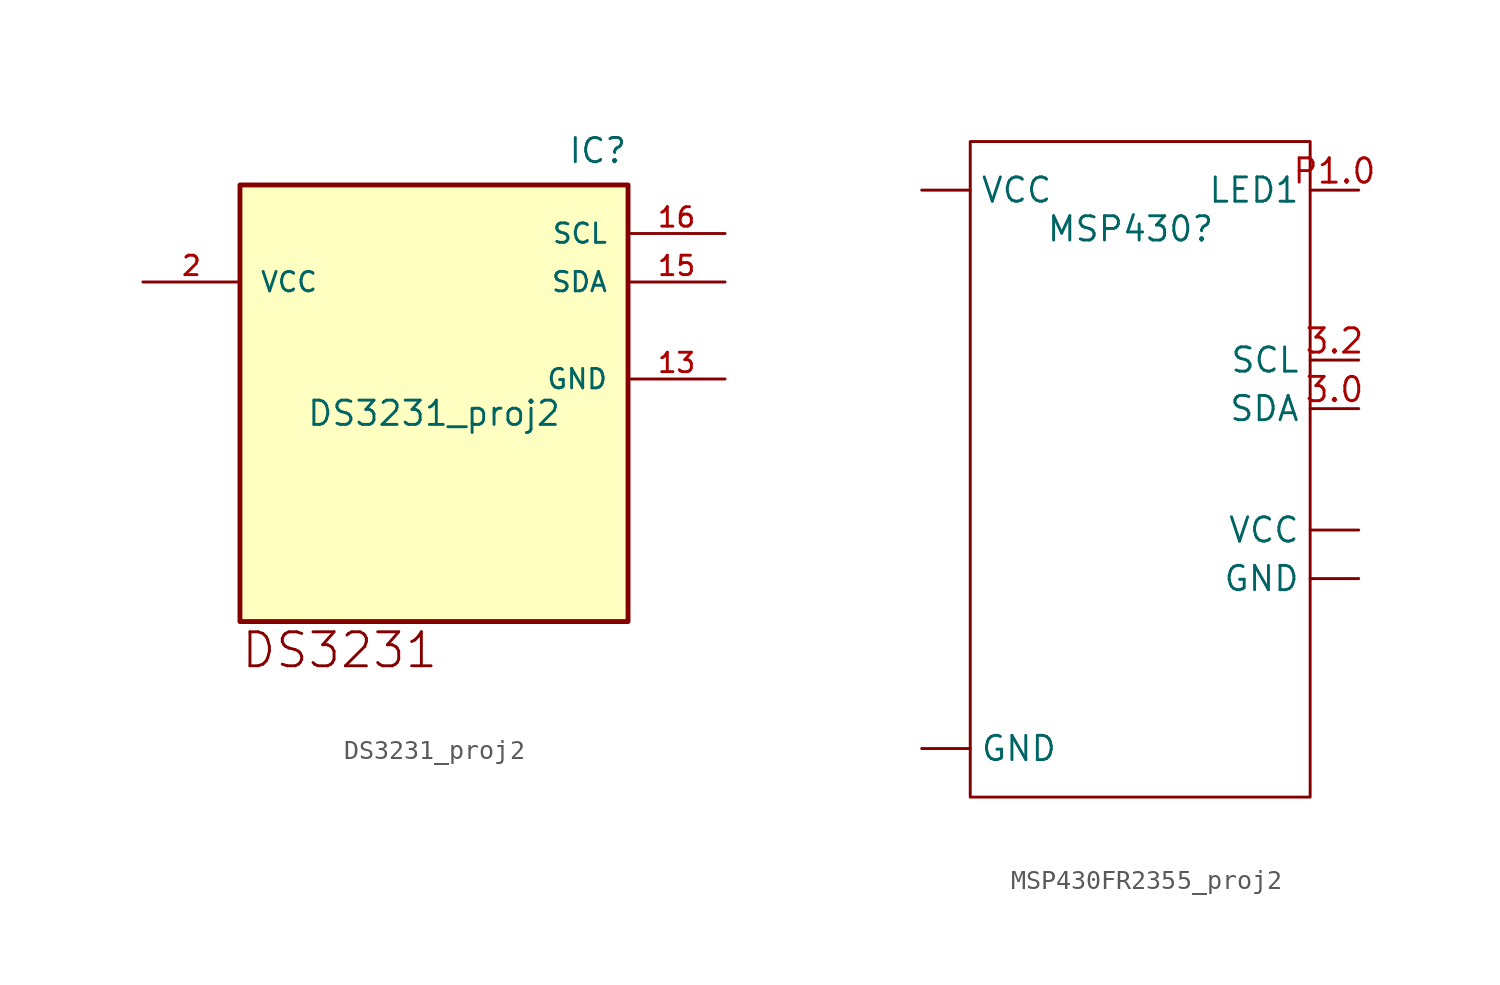
<source format=kicad_sym>
(kicad_symbol_lib
  (version 20231120)
  (generator "kicad_symbol_editor")
  (generator_version "8.0")
  (symbol "DS3231_proj2"
    (pin_names
      (offset 1.016))
    (property "Reference" "IC"
      (at 10.16 15.24 0)
      (effects (font (size 1.27 1.27)) (justify right top)))
    (property "Value" "DS3231_proj2"
      (at 0 0 0)
      (effects (font (size 1.27 1.27)) (justify bottom)))
    (symbol "DS3231_proj2_0_0"
      (rectangle (start -10.16 -10.16) (end 10.16 12.7) (stroke (width 0.254) (type default)) (fill (type background)))
      (text "DS3231" (at -10.16 -12.7 0) (effects (font (size 1.778 1.778)) (justify left bottom)))
      (pin power_in line (at 15.24 2.54 180) (length 5.08) (name "GND" (effects (font (size 1.016 1.016)))) (number "13" (effects (font (size 1.016 1.016)))))
      (pin bidirectional line (at 15.24 7.62 180) (length 5.08) (name "SDA" (effects (font (size 1.016 1.016)))) (number "15" (effects (font (size 1.016 1.016)))))
      (pin bidirectional line (at 15.24 10.16 180) (length 5.08) (name "SCL" (effects (font (size 1.016 1.016)))) (number "16" (effects (font (size 1.016 1.016)))))
      (pin power_in line (at -15.24 7.62 0) (length 5.08) (name "VCC" (effects (font (size 1.016 1.016)))) (number "2" (effects (font (size 1.016 1.016)))))))
  (symbol "MSP430FR2355_proj2"
    (property "Reference" "MSP430"
      (at 5.842 -3.302 0)
      (effects (font (size 1.27 1.27))))
    (property "Value" ""
      (at 0 0 0)
      (effects (font (size 1.27 1.27))))
    (symbol "MSP430FR2355_proj2_0_1"
      (rectangle (start -2.54 1.27) (end 15.24 -33.02) (stroke (width 0) (type default)) (fill (type none))))
    (symbol "MSP430FR2355_proj2_1_1"
      (pin power_in line (at -5.08 -30.48 0) (length 2.54) (name "GND" (effects (font (size 1.27 1.27)))) (number "" (effects (font (size 1.27 1.27)))))
      (pin power_out line (at 17.78 -21.59 180) (length 2.54) (name "GND" (effects (font (size 1.27 1.27)))) (number "" (effects (font (size 1.27 1.27)))))
      (pin power_in line (at -5.08 -1.27 0) (length 2.54) (name "VCC" (effects (font (size 1.27 1.27)))) (number "" (effects (font (size 1.27 1.27)))))
      (pin power_out line (at 17.78 -19.05 180) (length 2.54) (name "VCC" (effects (font (size 1.27 1.27)))) (number "" (effects (font (size 1.27 1.27)))))
      (pin bidirectional line (at 17.78 -12.7 180) (length 2.54) (name "SDA" (effects (font (size 1.27 1.27)))) (number "3.0" (effects (font (size 1.27 1.27)))))
      (pin output line (at 17.78 -10.16 180) (length 2.54) (name "SCL" (effects (font (size 1.27 1.27)))) (number "3.2" (effects (font (size 1.27 1.27)))))
      (pin output line (at 17.78 -1.27 180) (length 2.54) (name "LED1" (effects (font (size 1.27 1.27)))) (number "P1.0" (effects (font (size 1.27 1.27))))))))
</source>
